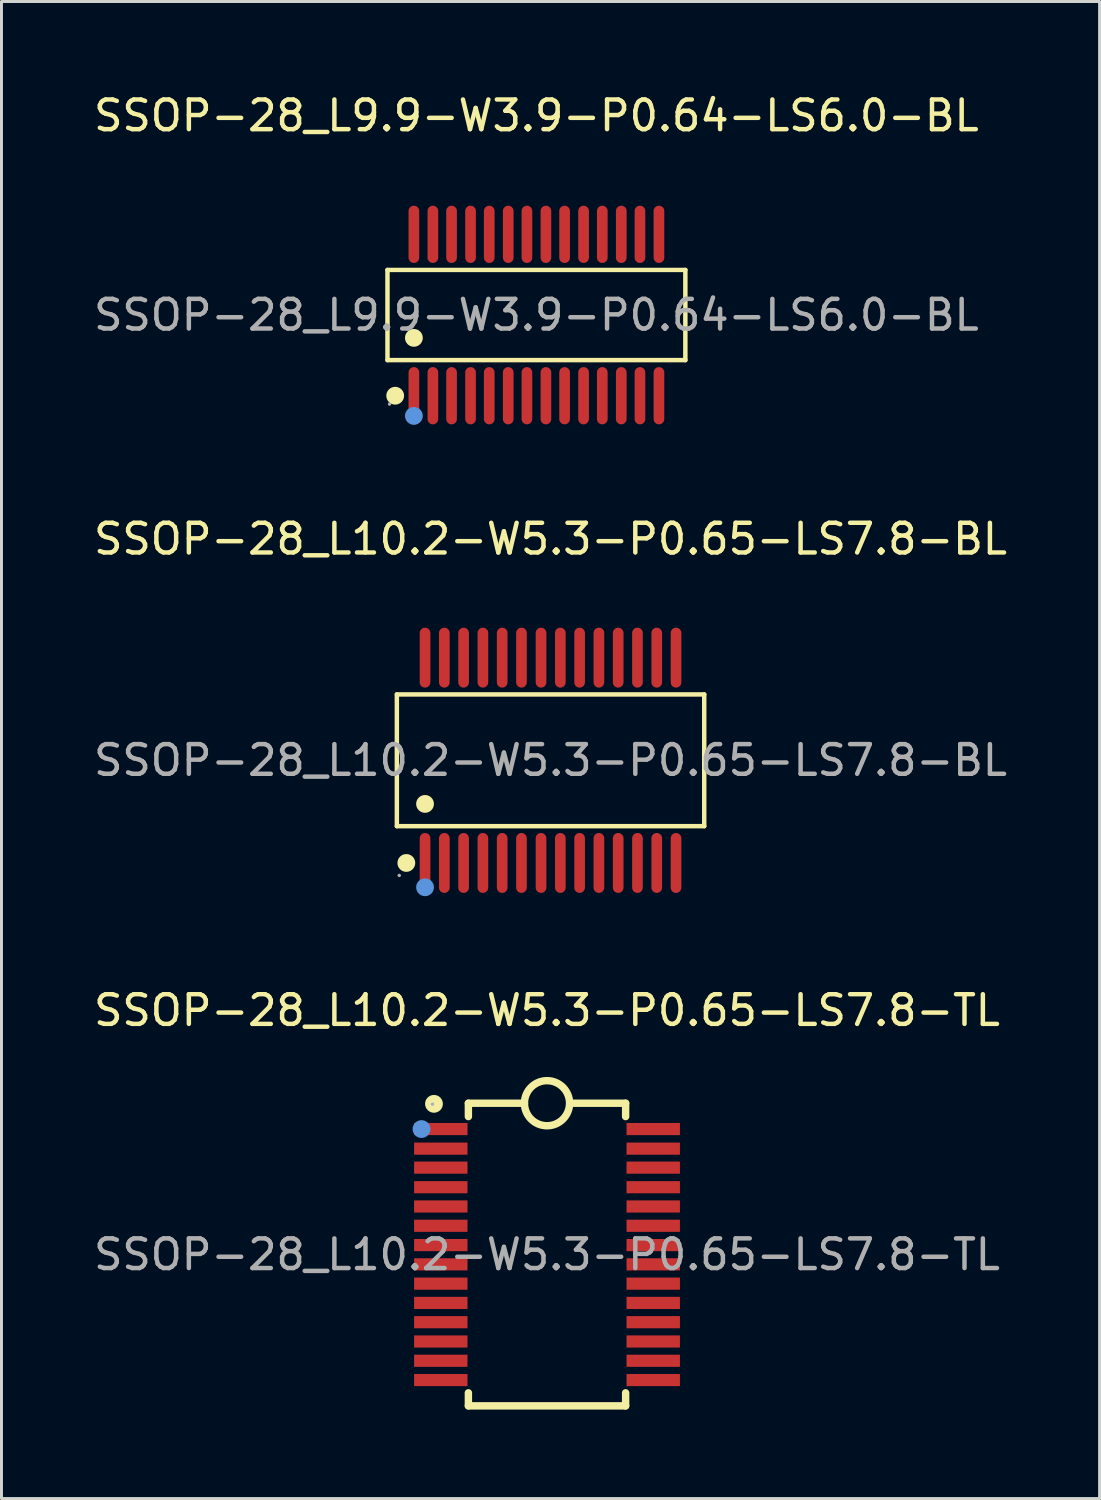
<source format=kicad_pcb>
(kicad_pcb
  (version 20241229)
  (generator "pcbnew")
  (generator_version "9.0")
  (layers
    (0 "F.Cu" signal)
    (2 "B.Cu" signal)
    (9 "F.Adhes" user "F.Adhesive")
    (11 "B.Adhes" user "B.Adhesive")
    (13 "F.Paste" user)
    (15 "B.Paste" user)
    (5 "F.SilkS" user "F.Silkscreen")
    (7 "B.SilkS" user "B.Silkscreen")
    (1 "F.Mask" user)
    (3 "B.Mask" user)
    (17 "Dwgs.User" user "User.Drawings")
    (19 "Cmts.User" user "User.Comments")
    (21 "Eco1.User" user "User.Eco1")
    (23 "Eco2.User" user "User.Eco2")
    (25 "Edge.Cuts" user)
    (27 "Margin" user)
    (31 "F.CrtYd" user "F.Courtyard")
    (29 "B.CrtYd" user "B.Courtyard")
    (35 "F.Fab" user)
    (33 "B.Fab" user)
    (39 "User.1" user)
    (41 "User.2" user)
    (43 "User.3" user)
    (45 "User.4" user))
  (footprint "SSOP-28_L9.9-W3.9-P0.64-LS6.0-BL"
    (layer "F.Cu")
    (at 15.03 7.568)
    (property "Reference" "SSOP-28_L9.9-W3.9-P0.64-LS6.0-BL" (at 0 -6.72 0) (layer "F.SilkS") (effects (font (size 1 1) (thickness 0.15))))
    (attr through_hole)
    (fp_line (start -5.02 -1.52) (end 5.02 -1.52) (stroke (width 0.15) (type solid)) (layer "F.SilkS"))
    (fp_line (start -5.02 1.52) (end -5.02 -1.52) (stroke (width 0.15) (type solid)) (layer "F.SilkS"))
    (fp_line (start 5.02 -1.52) (end 5.02 1.52) (stroke (width 0.15) (type solid)) (layer "F.SilkS"))
    (fp_line (start 5.02 1.52) (end -5.02 1.52) (stroke (width 0.15) (type solid)) (layer "F.SilkS"))
    (fp_circle (center -4.76 2.72) (end -4.61 2.72) (stroke (width 0.3) (type solid)) (fill no) (layer "F.SilkS"))
    (fp_circle (center -4.13 0.77) (end -3.98 0.77) (stroke (width 0.3) (type solid)) (fill no) (layer "F.SilkS"))
    (fp_circle (center -4.13 3.4) (end -3.98 3.4) (stroke (width 0.3) (type solid)) (fill no) (layer "Cmts.User"))
    (fp_circle (center -4.95 3) (end -4.92 3) (stroke (width 0.06) (type solid)) (fill no) (layer "F.Fab"))
    (fp_text user "${REFERENCE}" (at 0 0 0) (layer "F.Fab") (effects (font (size 1 1) (thickness 0.15))))
    (pad "1" smd oval (at -4.13 2.72) (size 0.36 1.93) (layers "F.Cu" "F.Mask" "F.Paste"))
    (pad "2" smd oval (at -3.49 2.72) (size 0.36 1.93) (layers "F.Cu" "F.Mask" "F.Paste"))
    (pad "3" smd oval (at -2.86 2.72) (size 0.36 1.93) (layers "F.Cu" "F.Mask" "F.Paste"))
    (pad "4" smd oval (at -2.22 2.72) (size 0.36 1.93) (layers "F.Cu" "F.Mask" "F.Paste"))
    (pad "5" smd oval (at -1.59 2.72) (size 0.36 1.93) (layers "F.Cu" "F.Mask" "F.Paste"))
    (pad "6" smd oval (at -0.95 2.72) (size 0.36 1.93) (layers "F.Cu" "F.Mask" "F.Paste"))
    (pad "7" smd oval (at -0.32 2.72) (size 0.36 1.93) (layers "F.Cu" "F.Mask" "F.Paste"))
    (pad "8" smd oval (at 0.32 2.72) (size 0.36 1.93) (layers "F.Cu" "F.Mask" "F.Paste"))
    (pad "9" smd oval (at 0.95 2.72) (size 0.36 1.93) (layers "F.Cu" "F.Mask" "F.Paste"))
    (pad "10" smd oval (at 1.59 2.72) (size 0.36 1.93) (layers "F.Cu" "F.Mask" "F.Paste"))
    (pad "11" smd oval (at 2.22 2.72) (size 0.36 1.93) (layers "F.Cu" "F.Mask" "F.Paste"))
    (pad "12" smd oval (at 2.86 2.72) (size 0.36 1.93) (layers "F.Cu" "F.Mask" "F.Paste"))
    (pad "13" smd oval (at 3.49 2.72) (size 0.36 1.93) (layers "F.Cu" "F.Mask" "F.Paste"))
    (pad "14" smd oval (at 4.13 2.72) (size 0.36 1.93) (layers "F.Cu" "F.Mask" "F.Paste"))
    (pad "15" smd oval (at 4.13 -2.72) (size 0.36 1.93) (layers "F.Cu" "F.Mask" "F.Paste"))
    (pad "16" smd oval (at 3.49 -2.72) (size 0.36 1.93) (layers "F.Cu" "F.Mask" "F.Paste"))
    (pad "17" smd oval (at 2.86 -2.72) (size 0.36 1.93) (layers "F.Cu" "F.Mask" "F.Paste"))
    (pad "18" smd oval (at 2.22 -2.72) (size 0.36 1.93) (layers "F.Cu" "F.Mask" "F.Paste"))
    (pad "19" smd oval (at 1.59 -2.72) (size 0.36 1.93) (layers "F.Cu" "F.Mask" "F.Paste"))
    (pad "20" smd oval (at 0.95 -2.72) (size 0.36 1.93) (layers "F.Cu" "F.Mask" "F.Paste"))
    (pad "21" smd oval (at 0.32 -2.72) (size 0.36 1.93) (layers "F.Cu" "F.Mask" "F.Paste"))
    (pad "22" smd oval (at -0.32 -2.72) (size 0.36 1.93) (layers "F.Cu" "F.Mask" "F.Paste"))
    (pad "23" smd oval (at -0.95 -2.72) (size 0.36 1.93) (layers "F.Cu" "F.Mask" "F.Paste"))
    (pad "24" smd oval (at -1.59 -2.72) (size 0.36 1.93) (layers "F.Cu" "F.Mask" "F.Paste"))
    (pad "25" smd oval (at -2.22 -2.72) (size 0.36 1.93) (layers "F.Cu" "F.Mask" "F.Paste"))
    (pad "26" smd oval (at -2.86 -2.72) (size 0.36 1.93) (layers "F.Cu" "F.Mask" "F.Paste"))
    (pad "27" smd oval (at -3.49 -2.72) (size 0.36 1.93) (layers "F.Cu" "F.Mask" "F.Paste"))
    (pad "28" smd oval (at -4.13 -2.72) (size 0.36 1.93) (layers "F.Cu" "F.Mask" "F.Paste")))
  (footprint "SSOP-28_L10.2-W5.3-P0.65-LS7.8-BL"
    (layer "F.Cu")
    (at 15.506 22.576)
    (property "Reference" "SSOP-28_L10.2-W5.3-P0.65-LS7.8-BL" (at 0 -7.46 0) (layer "F.SilkS") (effects (font (size 1 1) (thickness 0.15))))
    (attr through_hole)
    (fp_line (start -5.18 -2.22) (end 5.18 -2.22) (stroke (width 0.15) (type solid)) (layer "F.SilkS"))
    (fp_line (start -5.18 2.22) (end -5.18 -2.22) (stroke (width 0.15) (type solid)) (layer "F.SilkS"))
    (fp_line (start 5.18 -2.22) (end 5.18 2.22) (stroke (width 0.15) (type solid)) (layer "F.SilkS"))
    (fp_line (start 5.18 2.22) (end -5.18 2.22) (stroke (width 0.15) (type solid)) (layer "F.SilkS"))
    (fp_circle (center -4.86 3.46) (end -4.71 3.46) (stroke (width 0.3) (type solid)) (fill no) (layer "F.SilkS"))
    (fp_circle (center -4.23 1.47) (end -4.08 1.47) (stroke (width 0.3) (type solid)) (fill no) (layer "F.SilkS"))
    (fp_circle (center -4.23 4.28) (end -4.08 4.28) (stroke (width 0.3) (type solid)) (fill no) (layer "Cmts.User"))
    (fp_circle (center -5.1 3.88) (end -5.07 3.88) (stroke (width 0.06) (type solid)) (fill no) (layer "F.Fab"))
    (fp_text user "${REFERENCE}" (at 0 0 0) (layer "F.Fab") (effects (font (size 1 1) (thickness 0.15))))
    (pad "1" smd oval (at -4.23 3.46) (size 0.36 2.02) (layers "F.Cu" "F.Mask" "F.Paste"))
    (pad "2" smd oval (at -3.58 3.46) (size 0.36 2.02) (layers "F.Cu" "F.Mask" "F.Paste"))
    (pad "3" smd oval (at -2.93 3.46) (size 0.36 2.02) (layers "F.Cu" "F.Mask" "F.Paste"))
    (pad "4" smd oval (at -2.28 3.46) (size 0.36 2.02) (layers "F.Cu" "F.Mask" "F.Paste"))
    (pad "5" smd oval (at -1.63 3.46) (size 0.36 2.02) (layers "F.Cu" "F.Mask" "F.Paste"))
    (pad "6" smd oval (at -0.98 3.46) (size 0.36 2.02) (layers "F.Cu" "F.Mask" "F.Paste"))
    (pad "7" smd oval (at -0.32 3.46) (size 0.36 2.02) (layers "F.Cu" "F.Mask" "F.Paste"))
    (pad "8" smd oval (at 0.33 3.46) (size 0.36 2.02) (layers "F.Cu" "F.Mask" "F.Paste"))
    (pad "9" smd oval (at 0.98 3.46) (size 0.36 2.02) (layers "F.Cu" "F.Mask" "F.Paste"))
    (pad "10" smd oval (at 1.63 3.46) (size 0.36 2.02) (layers "F.Cu" "F.Mask" "F.Paste"))
    (pad "11" smd oval (at 2.28 3.46) (size 0.36 2.02) (layers "F.Cu" "F.Mask" "F.Paste"))
    (pad "12" smd oval (at 2.93 3.46) (size 0.36 2.02) (layers "F.Cu" "F.Mask" "F.Paste"))
    (pad "13" smd oval (at 3.58 3.46) (size 0.36 2.02) (layers "F.Cu" "F.Mask" "F.Paste"))
    (pad "14" smd oval (at 4.23 3.46) (size 0.36 2.02) (layers "F.Cu" "F.Mask" "F.Paste"))
    (pad "15" smd oval (at 4.23 -3.46) (size 0.36 2.02) (layers "F.Cu" "F.Mask" "F.Paste"))
    (pad "16" smd oval (at 3.58 -3.46) (size 0.36 2.02) (layers "F.Cu" "F.Mask" "F.Paste"))
    (pad "17" smd oval (at 2.93 -3.46) (size 0.36 2.02) (layers "F.Cu" "F.Mask" "F.Paste"))
    (pad "18" smd oval (at 2.28 -3.46) (size 0.36 2.02) (layers "F.Cu" "F.Mask" "F.Paste"))
    (pad "19" smd oval (at 1.63 -3.46) (size 0.36 2.02) (layers "F.Cu" "F.Mask" "F.Paste"))
    (pad "20" smd oval (at 0.98 -3.46) (size 0.36 2.02) (layers "F.Cu" "F.Mask" "F.Paste"))
    (pad "21" smd oval (at 0.33 -3.46) (size 0.36 2.02) (layers "F.Cu" "F.Mask" "F.Paste"))
    (pad "22" smd oval (at -0.32 -3.46) (size 0.36 2.02) (layers "F.Cu" "F.Mask" "F.Paste"))
    (pad "23" smd oval (at -0.98 -3.46) (size 0.36 2.02) (layers "F.Cu" "F.Mask" "F.Paste"))
    (pad "24" smd oval (at -1.63 -3.46) (size 0.36 2.02) (layers "F.Cu" "F.Mask" "F.Paste"))
    (pad "25" smd oval (at -2.28 -3.46) (size 0.36 2.02) (layers "F.Cu" "F.Mask" "F.Paste"))
    (pad "26" smd oval (at -2.93 -3.46) (size 0.36 2.02) (layers "F.Cu" "F.Mask" "F.Paste"))
    (pad "27" smd oval (at -3.58 -3.46) (size 0.36 2.02) (layers "F.Cu" "F.Mask" "F.Paste"))
    (pad "28" smd oval (at -4.23 -3.46) (size 0.36 2.02) (layers "F.Cu" "F.Mask" "F.Paste")))
  (footprint "SSOP-28_L10.2-W5.3-P0.65-LS7.8-TL"
    (layer "F.Cu")
    (at 15.387 39.235)
    (property "Reference" "SSOP-28_L10.2-W5.3-P0.65-LS7.8-TL" (at 0 -8.23 0) (layer "F.SilkS") (effects (font (size 1 1) (thickness 0.15))))
    (attr through_hole)
    (fp_line (start -2.65 -5.1) (end -0.76 -5.1) (stroke (width 0.25) (type solid)) (layer "F.SilkS"))
    (fp_line (start -2.65 -4.65) (end -2.65 -5.1) (stroke (width 0.25) (type solid)) (layer "F.SilkS"))
    (fp_line (start -2.65 5.1) (end -2.65 4.66) (stroke (width 0.25) (type solid)) (layer "F.SilkS"))
    (fp_line (start -2.65 5.1) (end 2.65 5.1) (stroke (width 0.25) (type solid)) (layer "F.SilkS"))
    (fp_line (start 2.65 -5.1) (end 0.77 -5.1) (stroke (width 0.25) (type solid)) (layer "F.SilkS"))
    (fp_line (start 2.65 -5.1) (end 2.65 -4.65) (stroke (width 0.25) (type solid)) (layer "F.SilkS"))
    (fp_line (start 2.65 4.66) (end 2.65 5.1) (stroke (width 0.25) (type solid)) (layer "F.SilkS"))
    (fp_arc (start -0.759884 -5.113264) (mid 0.759971 -5.093368) (end -0.76 -5.1) (stroke (width 0.25) (type solid)) (layer "F.SilkS"))
    (fp_circle (center -3.81 -5.08) (end -3.66 -5.08) (stroke (width 0.3) (type solid)) (fill no) (layer "F.SilkS"))
    (fp_circle (center -4.23 -4.23) (end -4.08 -4.23) (stroke (width 0.3) (type solid)) (fill no) (layer "Cmts.User"))
    (fp_circle (center -3.86 -5.07) (end -3.83 -5.07) (stroke (width 0.06) (type solid)) (fill no) (layer "F.Fab"))
    (fp_text user "${REFERENCE}" (at 0 0 0) (layer "F.Fab") (effects (font (size 1 1) (thickness 0.15))))
    (pad "1" smd rect (at -3.58 -4.23) (size 1.8 0.41) (layers "F.Cu" "F.Mask" "F.Paste"))
    (pad "2" smd rect (at -3.58 -3.57) (size 1.8 0.41) (layers "F.Cu" "F.Mask" "F.Paste"))
    (pad "3" smd rect (at -3.58 -2.93) (size 1.8 0.41) (layers "F.Cu" "F.Mask" "F.Paste"))
    (pad "4" smd rect (at -3.58 -2.27) (size 1.8 0.41) (layers "F.Cu" "F.Mask" "F.Paste"))
    (pad "5" smd rect (at -3.58 -1.62) (size 1.8 0.41) (layers "F.Cu" "F.Mask" "F.Paste"))
    (pad "6" smd rect (at -3.58 -0.97) (size 1.8 0.41) (layers "F.Cu" "F.Mask" "F.Paste"))
    (pad "7" smd rect (at -3.58 -0.32) (size 1.8 0.41) (layers "F.Cu" "F.Mask" "F.Paste"))
    (pad "8" smd rect (at -3.58 0.33) (size 1.8 0.41) (layers "F.Cu" "F.Mask" "F.Paste"))
    (pad "9" smd rect (at -3.58 0.98) (size 1.8 0.41) (layers "F.Cu" "F.Mask" "F.Paste"))
    (pad "10" smd rect (at -3.58 1.63) (size 1.8 0.41) (layers "F.Cu" "F.Mask" "F.Paste"))
    (pad "11" smd rect (at -3.58 2.28) (size 1.8 0.41) (layers "F.Cu" "F.Mask" "F.Paste"))
    (pad "12" smd rect (at -3.58 2.93) (size 1.8 0.41) (layers "F.Cu" "F.Mask" "F.Paste"))
    (pad "13" smd rect (at -3.58 3.58) (size 1.8 0.41) (layers "F.Cu" "F.Mask" "F.Paste"))
    (pad "14" smd rect (at -3.58 4.23) (size 1.8 0.41) (layers "F.Cu" "F.Mask" "F.Paste"))
    (pad "15" smd rect (at 3.58 4.23) (size 1.8 0.41) (layers "F.Cu" "F.Mask" "F.Paste"))
    (pad "16" smd rect (at 3.58 3.58) (size 1.8 0.41) (layers "F.Cu" "F.Mask" "F.Paste"))
    (pad "17" smd rect (at 3.58 2.93) (size 1.8 0.41) (layers "F.Cu" "F.Mask" "F.Paste"))
    (pad "18" smd rect (at 3.58 2.28) (size 1.8 0.41) (layers "F.Cu" "F.Mask" "F.Paste"))
    (pad "19" smd rect (at 3.58 1.63) (size 1.8 0.41) (layers "F.Cu" "F.Mask" "F.Paste"))
    (pad "20" smd rect (at 3.58 0.98) (size 1.8 0.41) (layers "F.Cu" "F.Mask" "F.Paste"))
    (pad "21" smd rect (at 3.58 0.33) (size 1.8 0.41) (layers "F.Cu" "F.Mask" "F.Paste"))
    (pad "22" smd rect (at 3.58 -0.32) (size 1.8 0.41) (layers "F.Cu" "F.Mask" "F.Paste"))
    (pad "23" smd rect (at 3.58 -0.97) (size 1.8 0.41) (layers "F.Cu" "F.Mask" "F.Paste"))
    (pad "24" smd rect (at 3.58 -1.62) (size 1.8 0.41) (layers "F.Cu" "F.Mask" "F.Paste"))
    (pad "25" smd rect (at 3.58 -2.27) (size 1.8 0.41) (layers "F.Cu" "F.Mask" "F.Paste"))
    (pad "26" smd rect (at 3.58 -2.93) (size 1.8 0.41) (layers "F.Cu" "F.Mask" "F.Paste"))
    (pad "27" smd rect (at 3.58 -3.57) (size 1.8 0.41) (layers "F.Cu" "F.Mask" "F.Paste"))
    (pad "28" smd rect (at 3.58 -4.23) (size 1.8 0.41) (layers "F.Cu" "F.Mask" "F.Paste")))
  (gr_rect
    (start -3 -3)
    (end 34.012 47.46)
    (stroke (width 0.1) (type default))
    (fill no)
    (layer "Edge.Cuts")))
</source>
